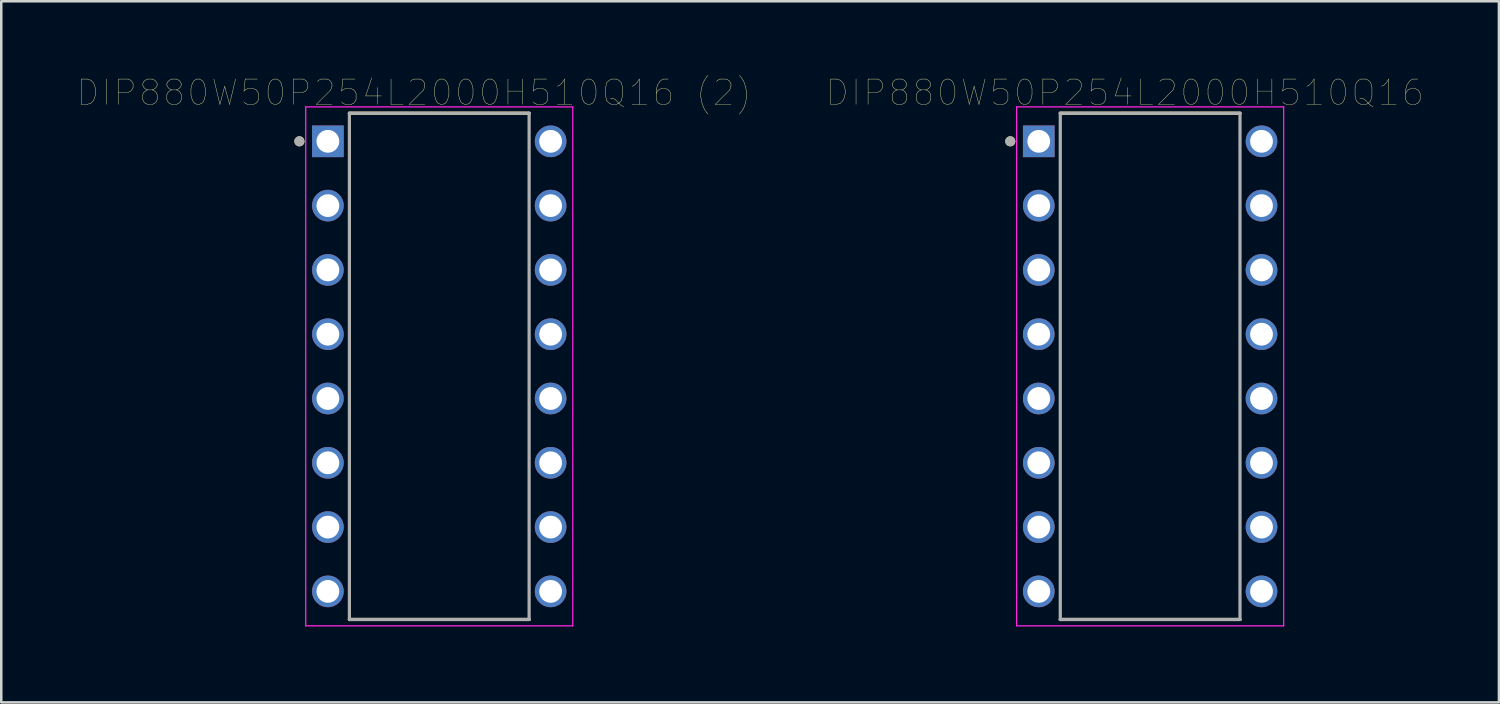
<source format=kicad_pcb>
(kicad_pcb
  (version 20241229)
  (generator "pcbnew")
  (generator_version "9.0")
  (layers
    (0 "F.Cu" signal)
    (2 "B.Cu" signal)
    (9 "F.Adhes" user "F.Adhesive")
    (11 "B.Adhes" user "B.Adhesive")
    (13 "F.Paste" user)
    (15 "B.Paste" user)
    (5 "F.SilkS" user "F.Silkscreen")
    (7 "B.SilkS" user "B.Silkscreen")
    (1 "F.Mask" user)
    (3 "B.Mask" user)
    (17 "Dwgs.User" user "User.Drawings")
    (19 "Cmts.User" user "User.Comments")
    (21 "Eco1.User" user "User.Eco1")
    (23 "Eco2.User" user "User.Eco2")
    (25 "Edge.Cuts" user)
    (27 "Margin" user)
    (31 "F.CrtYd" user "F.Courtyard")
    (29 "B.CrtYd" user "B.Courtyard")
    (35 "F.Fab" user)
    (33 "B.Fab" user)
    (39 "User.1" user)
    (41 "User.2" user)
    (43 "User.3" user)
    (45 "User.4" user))
  (footprint "DIP880W50P254L2000H510Q16 (2)"
    (layer "F.Cu")
    (at 14.303 11.423)
    (property "Reference" "DIP880W50P254L2000H510Q16 (2)" (at -1 -10.812 0) (layer "F.SilkS") (effects (font (size 1 1) (thickness 0.015))))
    (attr through_hole)
    (fp_line (start -3.55 -10) (end 3.55 -10) (stroke (width 0.127) (type solid)) (layer "F.SilkS"))
    (fp_line (start -3.55 10) (end 3.55 10) (stroke (width 0.127) (type solid)) (layer "F.SilkS"))
    (fp_circle (center -5.525 -8.89) (end -5.425 -8.89) (stroke (width 0.2) (type solid)) (fill no) (layer "F.SilkS"))
    (fp_line (start -5.275 -10.25) (end -5.275 10.25) (stroke (width 0.05) (type solid)) (layer "F.CrtYd"))
    (fp_line (start 5.275 -10.25) (end -5.275 -10.25) (stroke (width 0.05) (type solid)) (layer "F.CrtYd"))
    (fp_line (start 5.275 -10.25) (end 5.275 10.25) (stroke (width 0.05) (type solid)) (layer "F.CrtYd"))
    (fp_line (start 5.275 10.25) (end -5.275 10.25) (stroke (width 0.05) (type solid)) (layer "F.CrtYd"))
    (fp_line (start -3.55 -10) (end -3.55 10) (stroke (width 0.127) (type solid)) (layer "F.Fab"))
    (fp_line (start -3.55 -10) (end 3.55 -10) (stroke (width 0.127) (type solid)) (layer "F.Fab"))
    (fp_line (start -3.55 10) (end 3.55 10) (stroke (width 0.127) (type solid)) (layer "F.Fab"))
    (fp_line (start 3.55 -10) (end 3.55 10) (stroke (width 0.127) (type solid)) (layer "F.Fab"))
    (fp_circle (center -5.525 -8.89) (end -5.425 -8.89) (stroke (width 0.2) (type solid)) (fill no) (layer "F.Fab"))
    (pad "1" thru_hole rect (at -4.4 -8.89) (size 1.25 1.25) (drill 0.9) (layers "*.Cu" "*.Mask"))
    (pad "2" thru_hole circle (at -4.4 -6.35) (size 1.25 1.25) (drill 0.9) (layers "*.Cu" "*.Mask"))
    (pad "3" thru_hole circle (at -4.4 -3.81) (size 1.25 1.25) (drill 0.9) (layers "*.Cu" "*.Mask"))
    (pad "4" thru_hole circle (at -4.4 -1.27) (size 1.25 1.25) (drill 0.9) (layers "*.Cu" "*.Mask"))
    (pad "5" thru_hole circle (at -4.4 1.27) (size 1.25 1.25) (drill 0.9) (layers "*.Cu" "*.Mask"))
    (pad "6" thru_hole circle (at -4.4 3.81) (size 1.25 1.25) (drill 0.9) (layers "*.Cu" "*.Mask"))
    (pad "7" thru_hole circle (at -4.4 6.35) (size 1.25 1.25) (drill 0.9) (layers "*.Cu" "*.Mask"))
    (pad "8" thru_hole circle (at -4.4 8.89) (size 1.25 1.25) (drill 0.9) (layers "*.Cu" "*.Mask"))
    (pad "9" thru_hole circle (at 4.4 8.89) (size 1.25 1.25) (drill 0.9) (layers "*.Cu" "*.Mask"))
    (pad "10" thru_hole circle (at 4.4 6.35) (size 1.25 1.25) (drill 0.9) (layers "*.Cu" "*.Mask"))
    (pad "11" thru_hole circle (at 4.4 3.81) (size 1.25 1.25) (drill 0.9) (layers "*.Cu" "*.Mask"))
    (pad "12" thru_hole circle (at 4.4 1.27) (size 1.25 1.25) (drill 0.9) (layers "*.Cu" "*.Mask"))
    (pad "13" thru_hole circle (at 4.4 -1.27) (size 1.25 1.25) (drill 0.9) (layers "*.Cu" "*.Mask"))
    (pad "14" thru_hole circle (at 4.4 -3.81) (size 1.25 1.25) (drill 0.9) (layers "*.Cu" "*.Mask"))
    (pad "15" thru_hole circle (at 4.4 -6.35) (size 1.25 1.25) (drill 0.9) (layers "*.Cu" "*.Mask"))
    (pad "16" thru_hole circle (at 4.4 -8.89) (size 1.25 1.25) (drill 0.9) (layers "*.Cu" "*.Mask")))
  (footprint "DIP880W50P254L2000H510Q16"
    (layer "F.Cu")
    (at 42.387 11.423)
    (property "Reference" "DIP880W50P254L2000H510Q16" (at -1 -10.812 0) (layer "F.SilkS") (effects (font (size 1 1) (thickness 0.015))))
    (attr through_hole)
    (fp_line (start -3.55 -10) (end 3.55 -10) (stroke (width 0.127) (type solid)) (layer "F.SilkS"))
    (fp_line (start -3.55 10) (end 3.55 10) (stroke (width 0.127) (type solid)) (layer "F.SilkS"))
    (fp_circle (center -5.525 -8.89) (end -5.425 -8.89) (stroke (width 0.2) (type solid)) (fill no) (layer "F.SilkS"))
    (fp_line (start -5.275 -10.25) (end -5.275 10.25) (stroke (width 0.05) (type solid)) (layer "F.CrtYd"))
    (fp_line (start 5.275 -10.25) (end -5.275 -10.25) (stroke (width 0.05) (type solid)) (layer "F.CrtYd"))
    (fp_line (start 5.275 -10.25) (end 5.275 10.25) (stroke (width 0.05) (type solid)) (layer "F.CrtYd"))
    (fp_line (start 5.275 10.25) (end -5.275 10.25) (stroke (width 0.05) (type solid)) (layer "F.CrtYd"))
    (fp_line (start -3.55 -10) (end -3.55 10) (stroke (width 0.127) (type solid)) (layer "F.Fab"))
    (fp_line (start -3.55 -10) (end 3.55 -10) (stroke (width 0.127) (type solid)) (layer "F.Fab"))
    (fp_line (start -3.55 10) (end 3.55 10) (stroke (width 0.127) (type solid)) (layer "F.Fab"))
    (fp_line (start 3.55 -10) (end 3.55 10) (stroke (width 0.127) (type solid)) (layer "F.Fab"))
    (fp_circle (center -5.525 -8.89) (end -5.425 -8.89) (stroke (width 0.2) (type solid)) (fill no) (layer "F.Fab"))
    (pad "1" thru_hole rect (at -4.4 -8.89) (size 1.25 1.25) (drill 0.9) (layers "*.Cu" "*.Mask"))
    (pad "2" thru_hole circle (at -4.4 -6.35) (size 1.25 1.25) (drill 0.9) (layers "*.Cu" "*.Mask"))
    (pad "3" thru_hole circle (at -4.4 -3.81) (size 1.25 1.25) (drill 0.9) (layers "*.Cu" "*.Mask"))
    (pad "4" thru_hole circle (at -4.4 -1.27) (size 1.25 1.25) (drill 0.9) (layers "*.Cu" "*.Mask"))
    (pad "5" thru_hole circle (at -4.4 1.27) (size 1.25 1.25) (drill 0.9) (layers "*.Cu" "*.Mask"))
    (pad "6" thru_hole circle (at -4.4 3.81) (size 1.25 1.25) (drill 0.9) (layers "*.Cu" "*.Mask"))
    (pad "7" thru_hole circle (at -4.4 6.35) (size 1.25 1.25) (drill 0.9) (layers "*.Cu" "*.Mask"))
    (pad "8" thru_hole circle (at -4.4 8.89) (size 1.25 1.25) (drill 0.9) (layers "*.Cu" "*.Mask"))
    (pad "9" thru_hole circle (at 4.4 8.89) (size 1.25 1.25) (drill 0.9) (layers "*.Cu" "*.Mask"))
    (pad "10" thru_hole circle (at 4.4 6.35) (size 1.25 1.25) (drill 0.9) (layers "*.Cu" "*.Mask"))
    (pad "11" thru_hole circle (at 4.4 3.81) (size 1.25 1.25) (drill 0.9) (layers "*.Cu" "*.Mask"))
    (pad "12" thru_hole circle (at 4.4 1.27) (size 1.25 1.25) (drill 0.9) (layers "*.Cu" "*.Mask"))
    (pad "13" thru_hole circle (at 4.4 -1.27) (size 1.25 1.25) (drill 0.9) (layers "*.Cu" "*.Mask"))
    (pad "14" thru_hole circle (at 4.4 -3.81) (size 1.25 1.25) (drill 0.9) (layers "*.Cu" "*.Mask"))
    (pad "15" thru_hole circle (at 4.4 -6.35) (size 1.25 1.25) (drill 0.9) (layers "*.Cu" "*.Mask"))
    (pad "16" thru_hole circle (at 4.4 -8.89) (size 1.25 1.25) (drill 0.9) (layers "*.Cu" "*.Mask")))
  (gr_rect
    (start -3 -3)
    (end 56.166 24.698)
    (stroke (width 0.1) (type default))
    (fill no)
    (layer "Edge.Cuts")))
</source>
